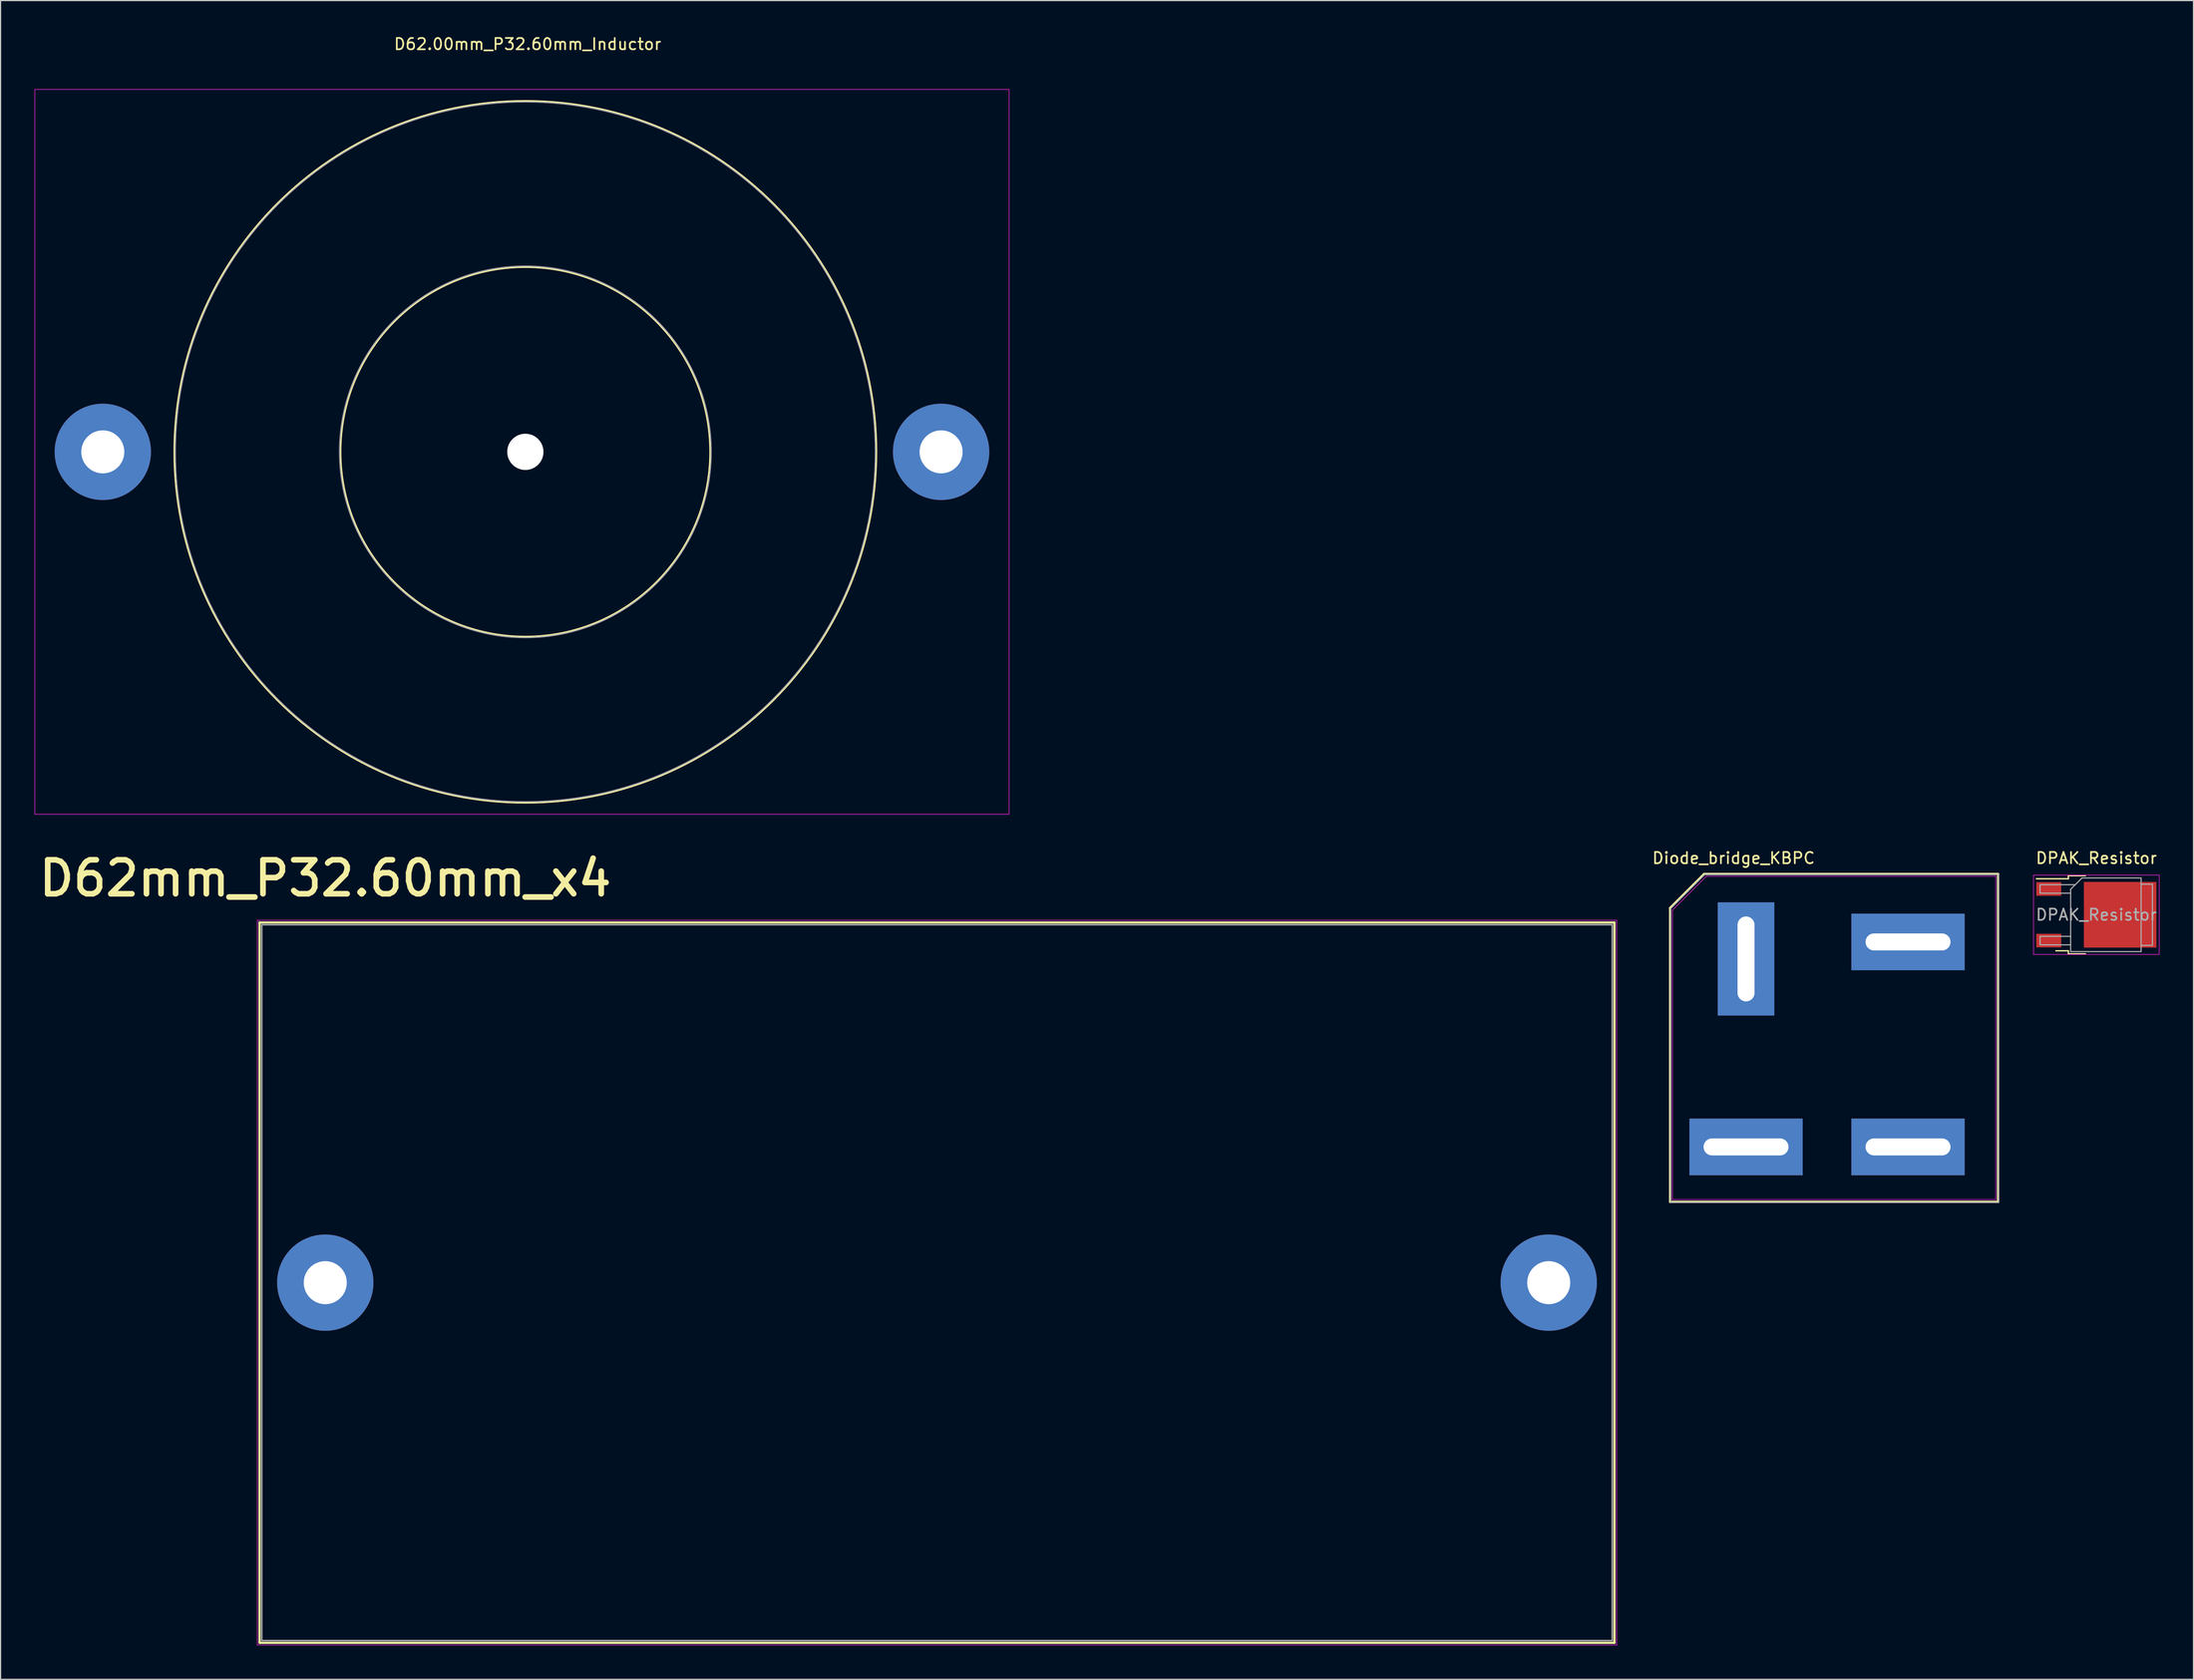
<source format=kicad_pcb>
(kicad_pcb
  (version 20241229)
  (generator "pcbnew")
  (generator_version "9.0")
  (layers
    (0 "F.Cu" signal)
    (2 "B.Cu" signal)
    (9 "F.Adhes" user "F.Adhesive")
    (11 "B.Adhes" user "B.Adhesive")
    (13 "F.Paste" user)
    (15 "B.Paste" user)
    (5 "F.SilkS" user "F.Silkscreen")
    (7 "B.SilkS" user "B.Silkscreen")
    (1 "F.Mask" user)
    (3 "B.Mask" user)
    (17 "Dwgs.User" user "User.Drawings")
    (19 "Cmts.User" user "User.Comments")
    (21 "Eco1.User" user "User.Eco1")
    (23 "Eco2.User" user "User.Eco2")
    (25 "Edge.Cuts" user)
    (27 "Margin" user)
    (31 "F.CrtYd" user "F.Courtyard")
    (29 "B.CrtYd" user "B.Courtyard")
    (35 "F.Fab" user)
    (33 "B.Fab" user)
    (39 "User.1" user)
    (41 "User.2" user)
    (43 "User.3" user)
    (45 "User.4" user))
  (footprint "D62.00mm_P32.60mm_Inductor"
    (layer "F.Cu")
    (at 43.325 36.848)
    (property "Reference" "D62.00mm_P32.60mm_Inductor" (at 0.2 -36 0) (layer "F.SilkS") (effects (font (size 1 1) (thickness 0.15))))
    (attr through_hole)
    (fp_circle (center 0 0) (end 16.3 0) (stroke (width 0.12) (type solid)) (fill no) (layer "F.SilkS"))
    (fp_circle (center 0 0) (end 31 0) (stroke (width 0.12) (type solid)) (fill no) (layer "F.SilkS"))
    (fp_line (start -43.3 -32) (end -43.3 32) (stroke (width 0.05) (type solid)) (layer "F.CrtYd"))
    (fp_line (start -43.3 32) (end 42.7 32) (stroke (width 0.05) (type solid)) (layer "F.CrtYd"))
    (fp_line (start 42.7 -32) (end -43.3 -32) (stroke (width 0.05) (type solid)) (layer "F.CrtYd"))
    (fp_line (start 42.7 32) (end 42.7 -32) (stroke (width 0.05) (type solid)) (layer "F.CrtYd"))
    (fp_circle (center 0 0) (end 16.4 0) (stroke (width 0.1) (type solid)) (fill no) (layer "F.Fab"))
    (fp_circle (center 0 0) (end 30.9 0) (stroke (width 0.1) (type solid)) (fill no) (layer "F.Fab"))
    (pad "" np_thru_hole circle (at 0 0) (size 3.2 3.2) (drill 3.2) (layers "*.Cu" "*.Mask"))
    (pad "1" thru_hole circle (at -37.3 0) (size 8.5 8.5) (drill 3.8) (layers "*.Cu" "*.Mask"))
    (pad "2" thru_hole circle (at 36.7 0) (size 8.5 8.5) (drill 3.8) (layers "*.Cu" "*.Mask")))
  (footprint "Diode_bridge_KBPC"
    (layer "F.Cu")
    (at 151.081 81.621)
    (property "Reference" "Diode_bridge_KBPC" (at -1.1 -8.9 0) (layer "F.SilkS") (effects (font (size 1 1) (thickness 0.15))))
    (attr through_hole)
    (fp_line (start -6.7 21.45) (end -6.7 -4.5) (stroke (width 0.2) (type solid)) (layer "F.SilkS"))
    (fp_line (start -6.7 21.45) (end 22.25 21.45) (stroke (width 0.2) (type solid)) (layer "F.SilkS"))
    (fp_line (start -3.7 -7.5) (end -6.7 -4.5) (stroke (width 0.2) (type solid)) (layer "F.SilkS"))
    (fp_line (start -3.7 -7.5) (end 22.25 -7.5) (stroke (width 0.2) (type solid)) (layer "F.SilkS"))
    (fp_line (start 22.25 21.45) (end 22.25 -7.5) (stroke (width 0.2) (type solid)) (layer "F.SilkS"))
    (fp_line (start -6.5 21.25) (end -6.5 -4.3) (stroke (width 0.05) (type solid)) (layer "F.CrtYd"))
    (fp_line (start -6.5 21.25) (end 22.05 21.25) (stroke (width 0.05) (type solid)) (layer "F.CrtYd"))
    (fp_line (start -3.5 -7.3) (end -6.5 -4.3) (stroke (width 0.05) (type solid)) (layer "F.CrtYd"))
    (fp_line (start -3.5 -7.3) (end 22.05 -7.3) (stroke (width 0.05) (type solid)) (layer "F.CrtYd"))
    (fp_line (start 22.05 21.25) (end 22.05 -7.3) (stroke (width 0.05) (type solid)) (layer "F.CrtYd"))
    (fp_line (start -6.65 21.5) (end -6.65 -4.45) (stroke (width 0.1) (type solid)) (layer "F.Fab"))
    (fp_line (start -6.65 21.5) (end 22.3 21.5) (stroke (width 0.1) (type solid)) (layer "F.Fab"))
    (fp_line (start -3.65 -7.45) (end -6.65 -4.45) (stroke (width 0.1) (type solid)) (layer "F.Fab"))
    (fp_line (start -3.65 -7.45) (end 22.3 -7.45) (stroke (width 0.1) (type solid)) (layer "F.Fab"))
    (fp_line (start 22.3 21.5) (end 22.3 -7.45) (stroke (width 0.1) (type solid)) (layer "F.Fab"))
    (pad "1" thru_hole rect (at 0 0) (size 5 10) (drill oval 1.5 7.5) (layers "*.Cu" "*.Mask"))
    (pad "2" thru_hole rect (at 0 16.6) (size 10 5) (drill oval 7.5 1.5) (layers "*.Cu" "*.Mask"))
    (pad "3" thru_hole rect (at 14.3 16.6) (size 10 5) (drill oval 7.5 1.5) (layers "*.Cu" "*.Mask"))
    (pad "4" thru_hole rect (at 14.3 -1.5) (size 10 5) (drill oval 7.5 1.5) (layers "*.Cu" "*.Mask")))
  (footprint "DPAK_Resistor"
    (layer "F.Cu")
    (at 182.006 77.722)
    (property "Reference" "DPAK_Resistor" (at 0 -5 0) (layer "F.SilkS") (effects (font (size 1 1) (thickness 0.15))))
    (attr through_hole)
    (fp_line (start -2.47 -3.45) (end -2.47 -3.18) (stroke (width 0.12) (type solid)) (layer "F.SilkS"))
    (fp_line (start -2.47 -3.18) (end -5.3 -3.18) (stroke (width 0.12) (type solid)) (layer "F.SilkS"))
    (fp_line (start -2.47 3.18) (end -3.57 3.18) (stroke (width 0.12) (type solid)) (layer "F.SilkS"))
    (fp_line (start -2.47 3.45) (end -2.47 3.18) (stroke (width 0.12) (type solid)) (layer "F.SilkS"))
    (fp_line (start -0.97 -3.45) (end -2.47 -3.45) (stroke (width 0.12) (type solid)) (layer "F.SilkS"))
    (fp_line (start -0.97 3.45) (end -2.47 3.45) (stroke (width 0.12) (type solid)) (layer "F.SilkS"))
    (fp_line (start -5.55 -3.5) (end -5.55 3.5) (stroke (width 0.05) (type solid)) (layer "F.CrtYd"))
    (fp_line (start -5.55 3.5) (end 5.55 3.5) (stroke (width 0.05) (type solid)) (layer "F.CrtYd"))
    (fp_line (start 5.55 -3.5) (end -5.55 -3.5) (stroke (width 0.05) (type solid)) (layer "F.CrtYd"))
    (fp_line (start 5.55 3.5) (end 5.55 -3.5) (stroke (width 0.05) (type solid)) (layer "F.CrtYd"))
    (fp_line (start -4.97 -2.655) (end -4.97 -1.905) (stroke (width 0.1) (type solid)) (layer "F.Fab"))
    (fp_line (start -4.97 -1.905) (end -2.27 -1.905) (stroke (width 0.1) (type solid)) (layer "F.Fab"))
    (fp_line (start -4.97 1.905) (end -4.97 2.655) (stroke (width 0.1) (type solid)) (layer "F.Fab"))
    (fp_line (start -4.97 2.655) (end -2.27 2.655) (stroke (width 0.1) (type solid)) (layer "F.Fab"))
    (fp_line (start -2.27 -2.25) (end -1.27 -3.25) (stroke (width 0.1) (type solid)) (layer "F.Fab"))
    (fp_line (start -2.27 1.905) (end -4.97 1.905) (stroke (width 0.1) (type solid)) (layer "F.Fab"))
    (fp_line (start -2.27 3.25) (end -2.27 -2.25) (stroke (width 0.1) (type solid)) (layer "F.Fab"))
    (fp_line (start -1.865 -2.655) (end -4.97 -2.655) (stroke (width 0.1) (type solid)) (layer "F.Fab"))
    (fp_line (start -1.27 -3.25) (end 3.95 -3.25) (stroke (width 0.1) (type solid)) (layer "F.Fab"))
    (fp_line (start 3.95 -3.25) (end 3.95 3.25) (stroke (width 0.1) (type solid)) (layer "F.Fab"))
    (fp_line (start 3.95 -2.7) (end 4.95 -2.7) (stroke (width 0.1) (type solid)) (layer "F.Fab"))
    (fp_line (start 3.95 3.25) (end -2.27 3.25) (stroke (width 0.1) (type solid)) (layer "F.Fab"))
    (fp_line (start 4.95 -2.7) (end 4.95 2.7) (stroke (width 0.1) (type solid)) (layer "F.Fab"))
    (fp_line (start 4.95 2.7) (end 3.95 2.7) (stroke (width 0.1) (type solid)) (layer "F.Fab"))
    (fp_text user "${REFERENCE}" (at 0 0 0) (layer "F.Fab") (effects (font (size 1 1) (thickness 0.15))))
    (pad "" smd rect (at 0.425 -1.525) (size 3.05 2.75) (layers "F.Paste"))
    (pad "" smd rect (at 0.425 1.525) (size 3.05 2.75) (layers "F.Paste"))
    (pad "" smd rect (at 3.775 -1.525) (size 3.05 2.75) (layers "F.Paste"))
    (pad "" smd rect (at 3.775 1.525) (size 3.05 2.75) (layers "F.Paste"))
    (pad "1" smd rect (at -4.2 -2.28) (size 2.2 1.2) (layers "F.Cu" "F.Mask" "F.Paste"))
    (pad "2" smd rect (at -4.2 2.28) (size 2.2 1.2) (layers "F.Cu" "F.Mask" "F.Paste"))
    (pad "TAB" smd rect (at 2.1 0) (size 6.4 5.8) (layers "F.Cu" "F.Mask")))
  (footprint "D62mm_P32.60mm_x4"
    (layer "F.Cu")
    (at 19.664 110.206)
    (property "Reference" "D62mm_P32.60mm_x4" (at 6 -35.7 0) (layer "F.SilkS") (effects (font (size 3 3) (thickness 0.5))))
    (attr through_hole)
    (fp_line (start 0.2 -31.8) (end 0.2 31.8) (stroke (width 0.2) (type solid)) (layer "F.SilkS"))
    (fp_line (start 0.2 -31.8) (end 119.8 -31.8) (stroke (width 0.2) (type solid)) (layer "F.SilkS"))
    (fp_line (start 0.2 31.8) (end 119.8 31.8) (stroke (width 0.2) (type solid)) (layer "F.SilkS"))
    (fp_line (start 119.8 -31.8) (end 119.8 31.8) (stroke (width 0.2) (type solid)) (layer "F.SilkS"))
    (fp_line (start 0 -32) (end 0 32) (stroke (width 0.05) (type solid)) (layer "F.CrtYd"))
    (fp_line (start 0 32) (end 120 32) (stroke (width 0.05) (type solid)) (layer "F.CrtYd"))
    (fp_line (start 120 -32) (end 0 -32) (stroke (width 0.05) (type solid)) (layer "F.CrtYd"))
    (fp_line (start 120 32) (end 120 -32) (stroke (width 0.05) (type solid)) (layer "F.CrtYd"))
    (fp_line (start 0.4 -31.6) (end 119.6 -31.6) (stroke (width 0.12) (type solid)) (layer "F.Fab"))
    (fp_line (start 0.4 31.6) (end 0.4 -31.6) (stroke (width 0.12) (type solid)) (layer "F.Fab"))
    (fp_line (start 119.6 -31.6) (end 119.6 31.6) (stroke (width 0.12) (type solid)) (layer "F.Fab"))
    (fp_line (start 119.6 31.6) (end 0.4 31.6) (stroke (width 0.12) (type solid)) (layer "F.Fab"))
    (pad "1" thru_hole circle (at 6 0) (size 8.5 8.5) (drill 3.8) (layers "*.Cu" "*.Mask"))
    (pad "2" thru_hole circle (at 114 0) (size 8.5 8.5) (drill 3.8) (layers "*.Cu" "*.Mask")))
  (gr_rect
    (start -3 -3)
    (end 190.581 145.231)
    (stroke (width 0.1) (type default))
    (fill no)
    (layer "Edge.Cuts")))
</source>
